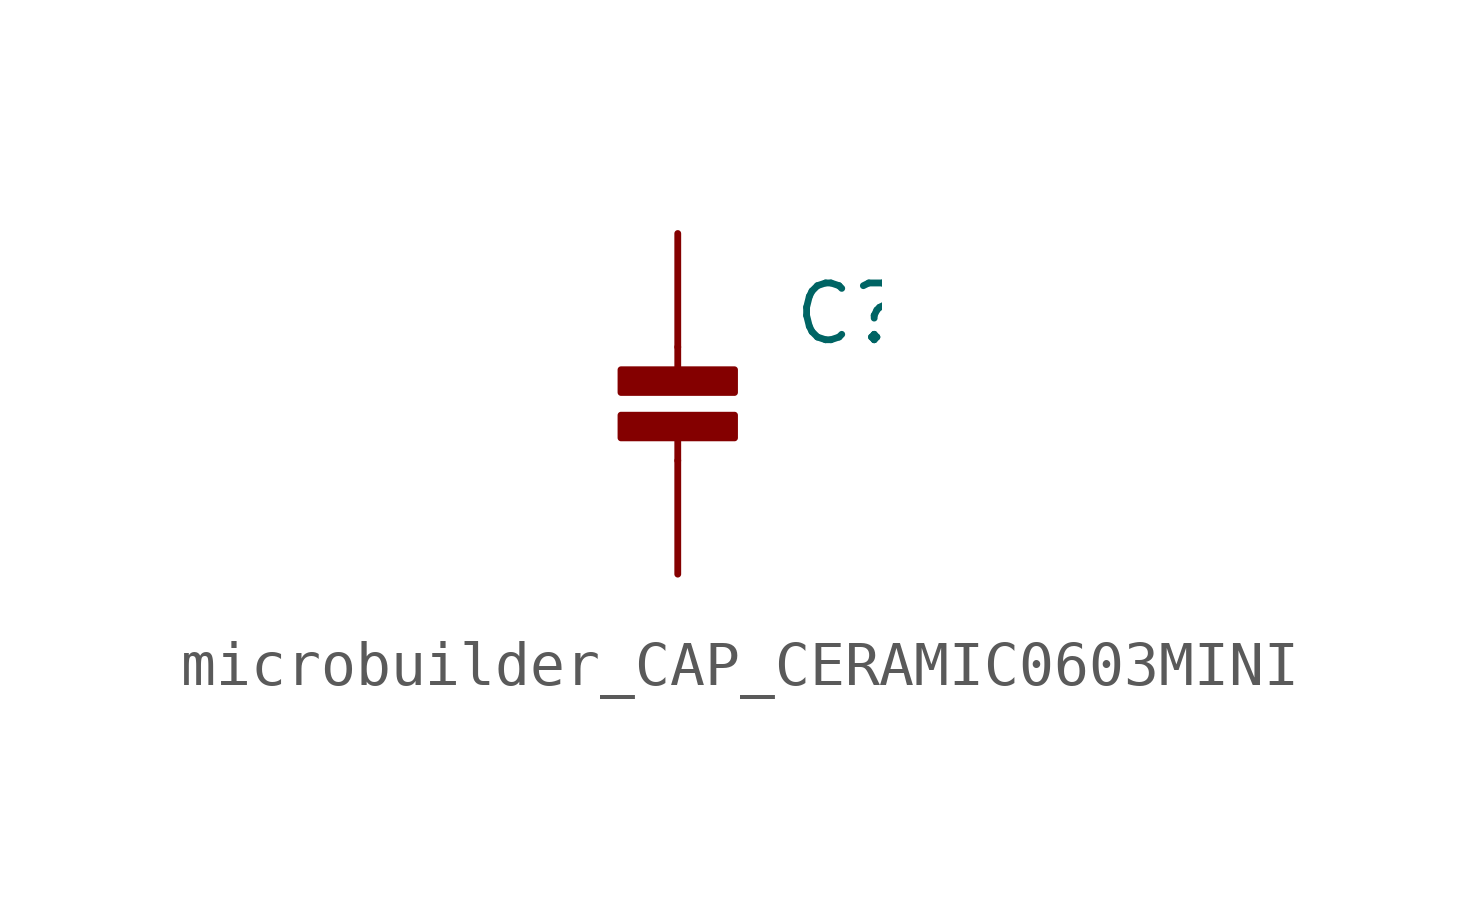
<source format=kicad_sym>
(kicad_symbol_lib
  (version 20220914)
  (generator kicad_symbol_editor)
  (symbol "microbuilder_CAP_CERAMIC0603MINI"
    (property "Reference" "C"
      (at 2.54 2.54 0)
      (effects (font (size 1.27 1.27)) (justify left bottom)))
    (property "Value" ""
      (at 2.54 0 0)
      (effects (font (size 1.27 1.27)) (justify left bottom)))
    (property "ki_locked" ""
      (at 0 0 0)
      (effects (font (size 1.27 1.27))))
    (symbol "microbuilder_CAP_CERAMIC0603MINI_1_0"
      (rectangle (start -1.27 0.508) (end 1.27 1.016) (stroke (width 0) (type default)) (fill (type outline)))
      (rectangle (start -1.27 1.524) (end 1.27 2.032) (stroke (width 0) (type default)) (fill (type outline)))
      (polyline (pts (xy 0 0.762) (xy 0 0)) (stroke (width 0.152) (type solid)) (fill (type none)))
      (polyline (pts (xy 0 2.54) (xy 0 1.778)) (stroke (width 0.152) (type solid)) (fill (type none)))
      (pin passive line (at 0 5.08 270) (length 2.54) (name "P$1" (effects (font (size 0 0)))) (number "1" (effects (font (size 0 0)))))
      (pin passive line (at 0 -2.54 90) (length 2.54) (name "P$2" (effects (font (size 0 0)))) (number "2" (effects (font (size 0 0))))))))
</source>
